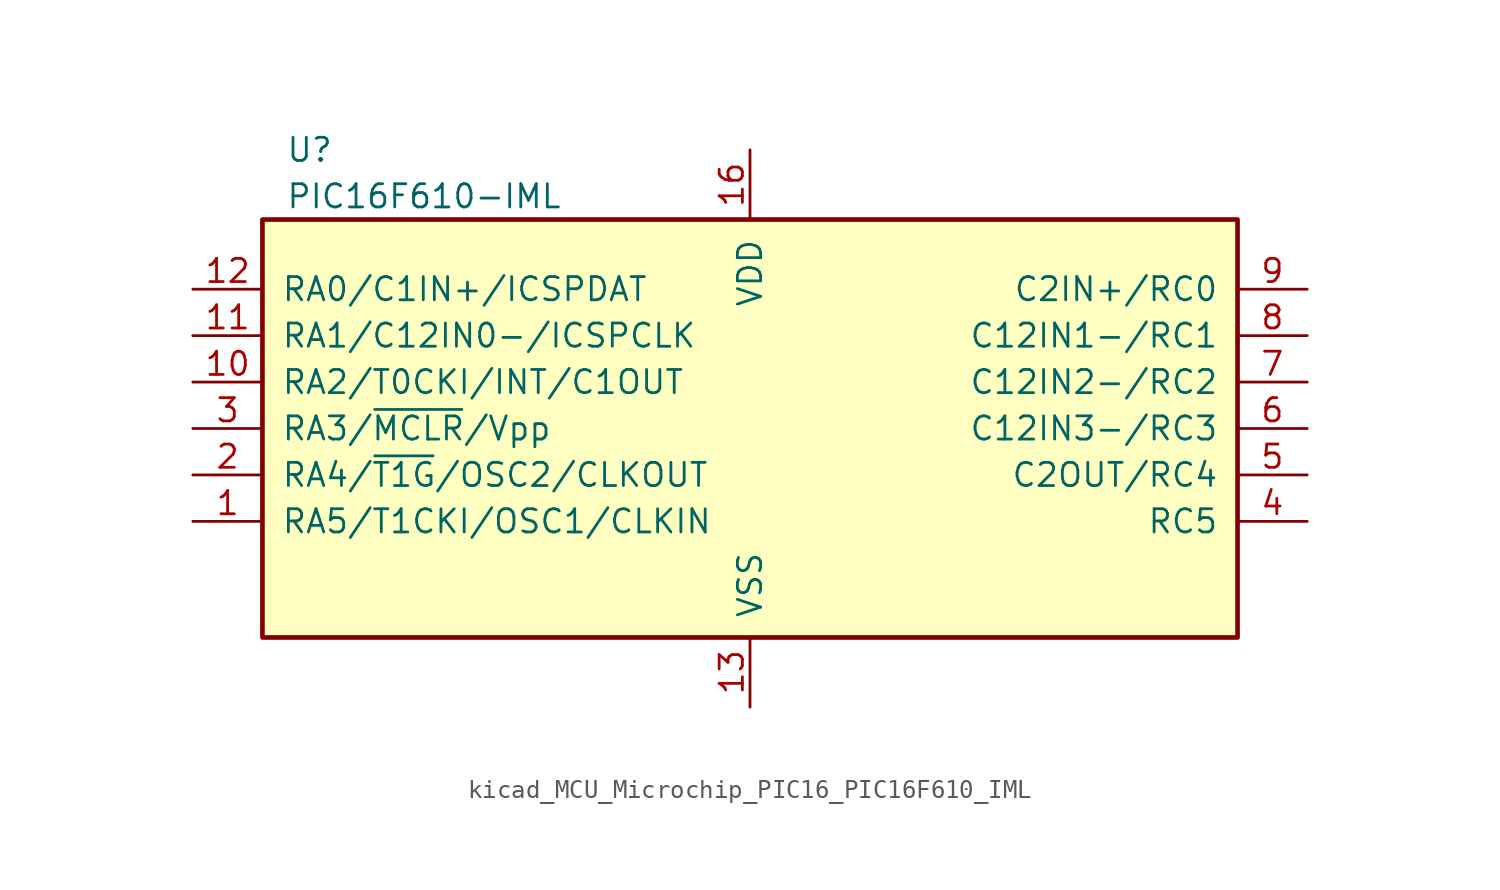
<source format=kicad_sym>
(kicad_symbol_lib
  (version 20220914)
  (generator kicad_symbol_editor)
  (symbol "kicad_MCU_Microchip_PIC16_PIC16F610_IML"
    (pin_names
      (offset 1.016))
    (property "Reference" "U"
      (at -25.4 15.24 0)
      (effects (font (size 1.27 1.27)) (justify left)))
    (property "Value" "PIC16F610-IML"
      (at -25.4 12.7 0)
      (effects (font (size 1.27 1.27)) (justify left)))
    (symbol "kicad_MCU_Microchip_PIC16_PIC16F610_IML_0_1"
      (rectangle (start -26.67 11.43) (end 26.67 -11.43) (stroke (width 0.254) (type default)) (fill (type background))))
    (symbol "kicad_MCU_Microchip_PIC16_PIC16F610_IML_1_1"
      (pin bidirectional line (at -30.48 -5.08 0) (length 3.81) (name "RA5/T1CKI/OSC1/CLKIN" (effects (font (size 1.27 1.27)))) (number "1" (effects (font (size 1.27 1.27)))))
      (pin bidirectional line (at -30.48 2.54 0) (length 3.81) (name "RA2/T0CKI/INT/C1OUT" (effects (font (size 1.27 1.27)))) (number "10" (effects (font (size 1.27 1.27)))))
      (pin bidirectional line (at -30.48 5.08 0) (length 3.81) (name "RA1/C12IN0-/ICSPCLK" (effects (font (size 1.27 1.27)))) (number "11" (effects (font (size 1.27 1.27)))))
      (pin bidirectional line (at -30.48 7.62 0) (length 3.81) (name "RA0/C1IN+/ICSPDAT" (effects (font (size 1.27 1.27)))) (number "12" (effects (font (size 1.27 1.27)))))
      (pin power_in line (at 0 -15.24 90) (length 3.81) (name "VSS" (effects (font (size 1.27 1.27)))) (number "13" (effects (font (size 1.27 1.27)))))
      (pin power_in line (at 0 15.24 270) (length 3.81) (name "VDD" (effects (font (size 1.27 1.27)))) (number "16" (effects (font (size 1.27 1.27)))))
      (pin bidirectional line (at -30.48 -2.54 0) (length 3.81) (name "RA4/~{T1G}/OSC2/CLKOUT" (effects (font (size 1.27 1.27)))) (number "2" (effects (font (size 1.27 1.27)))))
      (pin input line (at -30.48 0 0) (length 3.81) (name "RA3/~{MCLR}/Vpp" (effects (font (size 1.27 1.27)))) (number "3" (effects (font (size 1.27 1.27)))))
      (pin bidirectional line (at 30.48 -5.08 180) (length 3.81) (name "RC5" (effects (font (size 1.27 1.27)))) (number "4" (effects (font (size 1.27 1.27)))))
      (pin bidirectional line (at 30.48 -2.54 180) (length 3.81) (name "C2OUT/RC4" (effects (font (size 1.27 1.27)))) (number "5" (effects (font (size 1.27 1.27)))))
      (pin bidirectional line (at 30.48 0 180) (length 3.81) (name "C12IN3-/RC3" (effects (font (size 1.27 1.27)))) (number "6" (effects (font (size 1.27 1.27)))))
      (pin bidirectional line (at 30.48 2.54 180) (length 3.81) (name "C12IN2-/RC2" (effects (font (size 1.27 1.27)))) (number "7" (effects (font (size 1.27 1.27)))))
      (pin bidirectional line (at 30.48 5.08 180) (length 3.81) (name "C12IN1-/RC1" (effects (font (size 1.27 1.27)))) (number "8" (effects (font (size 1.27 1.27)))))
      (pin bidirectional line (at 30.48 7.62 180) (length 3.81) (name "C2IN+/RC0" (effects (font (size 1.27 1.27)))) (number "9" (effects (font (size 1.27 1.27))))))))
</source>
